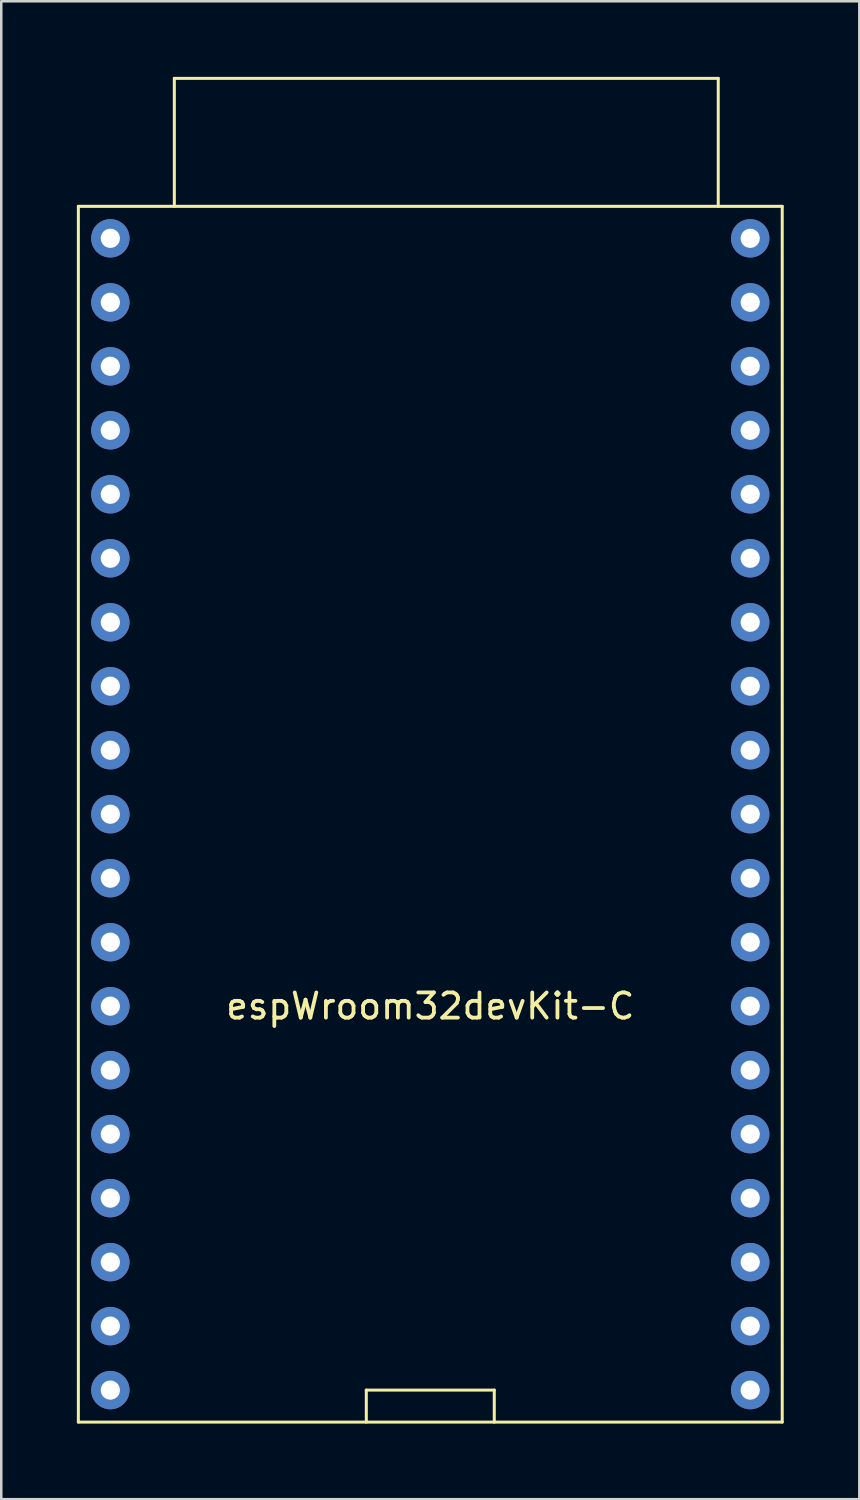
<source format=kicad_pcb>
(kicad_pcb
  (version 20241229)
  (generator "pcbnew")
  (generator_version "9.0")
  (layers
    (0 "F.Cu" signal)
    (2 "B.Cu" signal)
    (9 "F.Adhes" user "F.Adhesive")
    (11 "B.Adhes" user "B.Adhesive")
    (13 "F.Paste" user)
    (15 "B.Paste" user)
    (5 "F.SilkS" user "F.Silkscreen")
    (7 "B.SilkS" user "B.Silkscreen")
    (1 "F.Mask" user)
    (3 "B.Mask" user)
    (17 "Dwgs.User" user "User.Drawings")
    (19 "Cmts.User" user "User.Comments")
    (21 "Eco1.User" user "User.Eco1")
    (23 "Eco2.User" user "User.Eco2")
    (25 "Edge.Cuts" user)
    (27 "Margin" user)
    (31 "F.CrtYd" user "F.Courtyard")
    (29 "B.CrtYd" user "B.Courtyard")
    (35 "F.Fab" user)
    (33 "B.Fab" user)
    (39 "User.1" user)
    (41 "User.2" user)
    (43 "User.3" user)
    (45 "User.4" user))
  (footprint "espWroom32devKit-C"
    (layer "F.Cu")
    (at 14.03 19.11)
    (property "Reference" "espWroom32devKit-C" (at 0 17.78 0) (layer "F.SilkS") (effects (font (size 1 1) (thickness 0.15))))
    (attr through_hole)
    (fp_line (start -13.97 -13.97) (end -13.97 34.29) (stroke (width 0.12) (type solid)) (layer "F.SilkS"))
    (fp_line (start -13.97 34.29) (end 13.97 34.29) (stroke (width 0.12) (type solid)) (layer "F.SilkS"))
    (fp_line (start -10.16 -19.05) (end 11.43 -19.05) (stroke (width 0.12) (type solid)) (layer "F.SilkS"))
    (fp_line (start -10.16 -13.97) (end -10.16 -19.05) (stroke (width 0.12) (type solid)) (layer "F.SilkS"))
    (fp_line (start -2.54 33.02) (end 2.54 33.02) (stroke (width 0.12) (type solid)) (layer "F.SilkS"))
    (fp_line (start -2.54 34.29) (end -2.54 33.02) (stroke (width 0.12) (type solid)) (layer "F.SilkS"))
    (fp_line (start 2.54 33.02) (end 2.54 34.29) (stroke (width 0.12) (type solid)) (layer "F.SilkS"))
    (fp_line (start 11.43 -19.05) (end 11.43 -13.97) (stroke (width 0.12) (type solid)) (layer "F.SilkS"))
    (fp_line (start 13.97 -13.97) (end -13.97 -13.97) (stroke (width 0.12) (type solid)) (layer "F.SilkS"))
    (fp_line (start 13.97 34.29) (end 13.97 -13.97) (stroke (width 0.12) (type solid)) (layer "F.SilkS"))
    (pad "1" thru_hole circle (at -12.7 -12.7) (size 1.524 1.524) (drill 0.762) (layers "*.Cu" "*.Mask"))
    (pad "2" thru_hole circle (at -12.7 -10.16) (size 1.524 1.524) (drill 0.762) (layers "*.Cu" "*.Mask"))
    (pad "3" thru_hole circle (at -12.7 -7.62) (size 1.524 1.524) (drill 0.762) (layers "*.Cu" "*.Mask"))
    (pad "4" thru_hole circle (at -12.7 -5.08) (size 1.524 1.524) (drill 0.762) (layers "*.Cu" "*.Mask"))
    (pad "5" thru_hole circle (at -12.7 -2.54) (size 1.524 1.524) (drill 0.762) (layers "*.Cu" "*.Mask"))
    (pad "6" thru_hole circle (at -12.7 0) (size 1.524 1.524) (drill 0.762) (layers "*.Cu" "*.Mask"))
    (pad "7" thru_hole circle (at -12.7 2.54) (size 1.524 1.524) (drill 0.762) (layers "*.Cu" "*.Mask"))
    (pad "8" thru_hole circle (at -12.7 5.08) (size 1.524 1.524) (drill 0.762) (layers "*.Cu" "*.Mask"))
    (pad "9" thru_hole circle (at -12.7 7.62) (size 1.524 1.524) (drill 0.762) (layers "*.Cu" "*.Mask"))
    (pad "10" thru_hole circle (at -12.7 10.16) (size 1.524 1.524) (drill 0.762) (layers "*.Cu" "*.Mask"))
    (pad "11" thru_hole circle (at -12.7 12.7) (size 1.524 1.524) (drill 0.762) (layers "*.Cu" "*.Mask"))
    (pad "12" thru_hole circle (at -12.7 15.24) (size 1.524 1.524) (drill 0.762) (layers "*.Cu" "*.Mask"))
    (pad "13" thru_hole circle (at -12.7 17.78) (size 1.524 1.524) (drill 0.762) (layers "*.Cu" "*.Mask"))
    (pad "14" thru_hole circle (at -12.7 20.32) (size 1.524 1.524) (drill 0.762) (layers "*.Cu" "*.Mask"))
    (pad "15" thru_hole circle (at -12.7 22.86) (size 1.524 1.524) (drill 0.762) (layers "*.Cu" "*.Mask"))
    (pad "16" thru_hole circle (at -12.7 25.4) (size 1.524 1.524) (drill 0.762) (layers "*.Cu" "*.Mask"))
    (pad "17" thru_hole circle (at -12.7 27.94) (size 1.524 1.524) (drill 0.762) (layers "*.Cu" "*.Mask"))
    (pad "18" thru_hole circle (at -12.7 30.48) (size 1.524 1.524) (drill 0.762) (layers "*.Cu" "*.Mask"))
    (pad "19" thru_hole circle (at -12.7 33.02) (size 1.524 1.524) (drill 0.762) (layers "*.Cu" "*.Mask"))
    (pad "20" thru_hole circle (at 12.7 33.02) (size 1.524 1.524) (drill 0.762) (layers "*.Cu" "*.Mask"))
    (pad "21" thru_hole circle (at 12.7 30.48) (size 1.524 1.524) (drill 0.762) (layers "*.Cu" "*.Mask"))
    (pad "22" thru_hole circle (at 12.7 27.94) (size 1.524 1.524) (drill 0.762) (layers "*.Cu" "*.Mask"))
    (pad "23" thru_hole circle (at 12.7 25.4) (size 1.524 1.524) (drill 0.762) (layers "*.Cu" "*.Mask"))
    (pad "24" thru_hole circle (at 12.7 22.86) (size 1.524 1.524) (drill 0.762) (layers "*.Cu" "*.Mask"))
    (pad "25" thru_hole circle (at 12.7 20.32) (size 1.524 1.524) (drill 0.762) (layers "*.Cu" "*.Mask"))
    (pad "26" thru_hole circle (at 12.7 17.78) (size 1.524 1.524) (drill 0.762) (layers "*.Cu" "*.Mask"))
    (pad "27" thru_hole circle (at 12.7 15.24) (size 1.524 1.524) (drill 0.762) (layers "*.Cu" "*.Mask"))
    (pad "28" thru_hole circle (at 12.7 12.7) (size 1.524 1.524) (drill 0.762) (layers "*.Cu" "*.Mask"))
    (pad "29" thru_hole circle (at 12.7 10.16) (size 1.524 1.524) (drill 0.762) (layers "*.Cu" "*.Mask"))
    (pad "30" thru_hole circle (at 12.7 7.62) (size 1.524 1.524) (drill 0.762) (layers "*.Cu" "*.Mask"))
    (pad "31" thru_hole circle (at 12.7 5.08) (size 1.524 1.524) (drill 0.762) (layers "*.Cu" "*.Mask"))
    (pad "32" thru_hole circle (at 12.7 2.54) (size 1.524 1.524) (drill 0.762) (layers "*.Cu" "*.Mask"))
    (pad "33" thru_hole circle (at 12.7 0) (size 1.524 1.524) (drill 0.762) (layers "*.Cu" "*.Mask"))
    (pad "34" thru_hole circle (at 12.7 -2.54) (size 1.524 1.524) (drill 0.762) (layers "*.Cu" "*.Mask"))
    (pad "35" thru_hole circle (at 12.7 -5.08) (size 1.524 1.524) (drill 0.762) (layers "*.Cu" "*.Mask"))
    (pad "36" thru_hole circle (at 12.7 -7.62) (size 1.524 1.524) (drill 0.762) (layers "*.Cu" "*.Mask"))
    (pad "37" thru_hole circle (at 12.7 -10.16) (size 1.524 1.524) (drill 0.762) (layers "*.Cu" "*.Mask"))
    (pad "38" thru_hole circle (at 12.7 -12.7) (size 1.524 1.524) (drill 0.762) (layers "*.Cu" "*.Mask")))
  (gr_rect
    (start -3 -3)
    (end 31.06 56.46)
    (stroke (width 0.1) (type default))
    (fill no)
    (layer "Edge.Cuts")))
</source>
